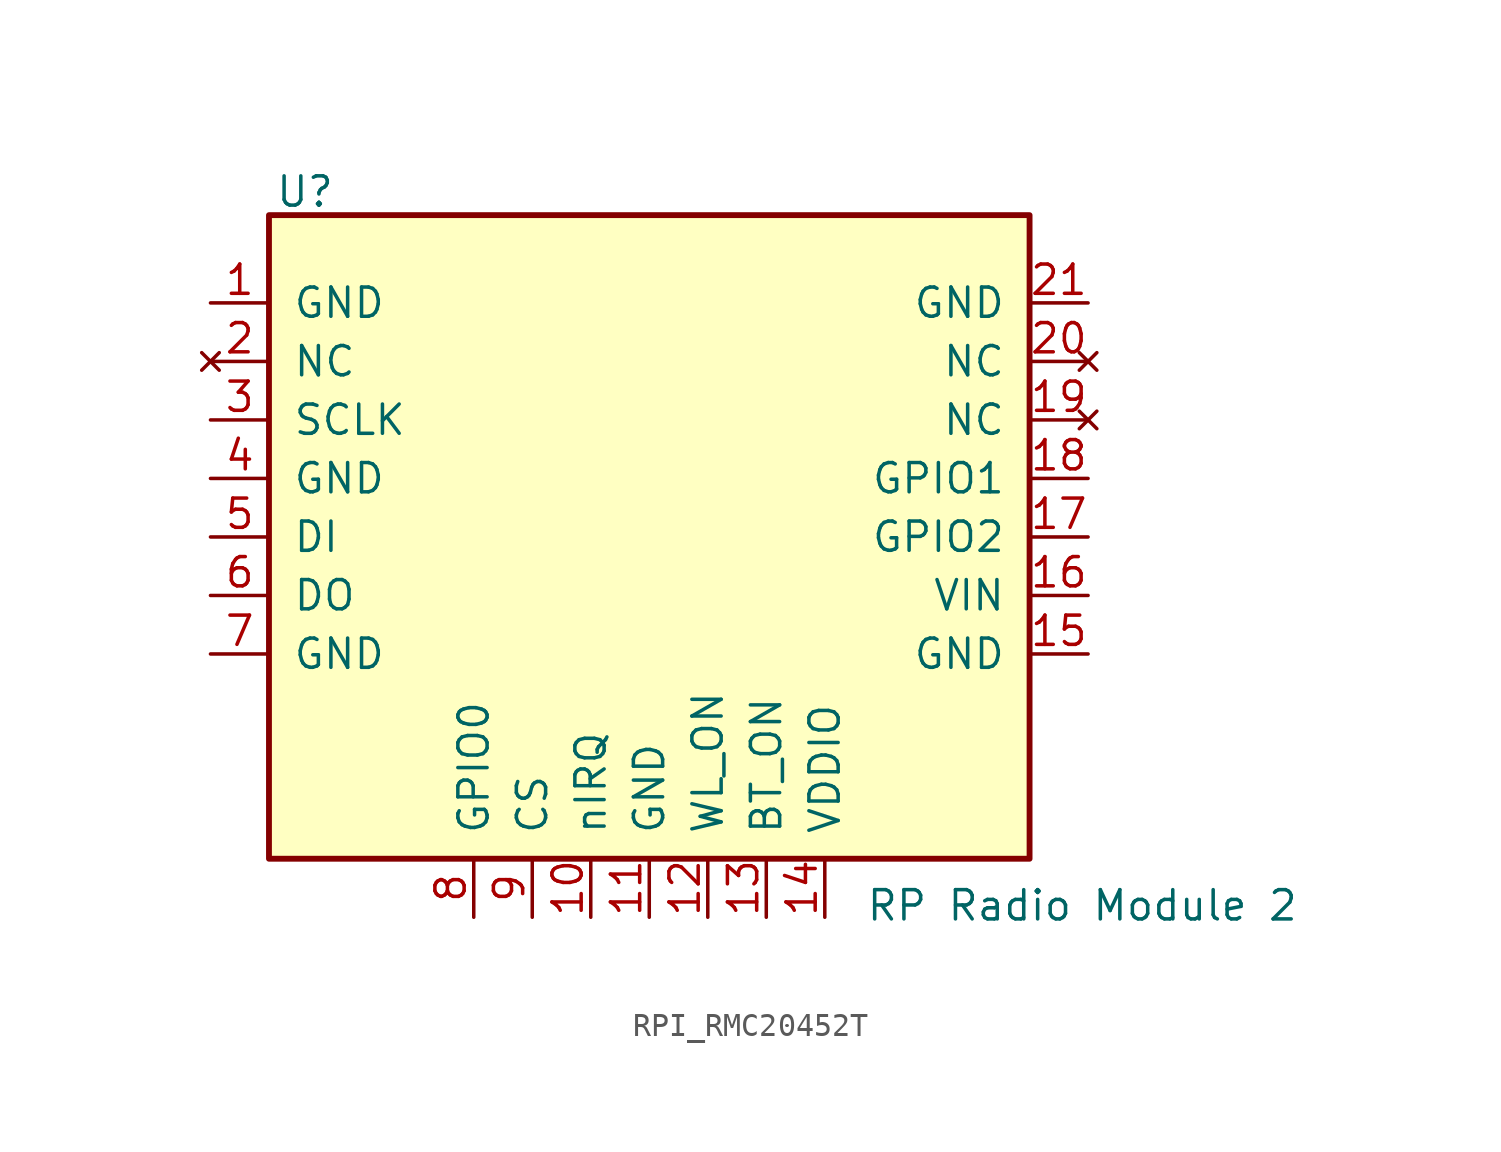
<source format=kicad_sym>
(kicad_symbol_lib
  (version 20241209)
  (generator "kicad_symbol_editor")
  (generator_version "9.0")
  (symbol "RPI_RMC20452T"
    (pin_names
      (offset 1.016))
    (property "Reference" "U"
      (at -16.256 14.986 0)
      (effects (font (size 1.27 1.27)) (justify left)))
    (property "Value" "RP Radio Module 2"
      (at 18.796 -16.002 0)
      (effects (font (size 1.27 1.27))))
    (symbol "RPI_RMC20452T_1_0"
      (pin output line (at -19.05 -2.54 0) (length 2.54) (name "DO" (effects (font (size 1.27 1.27)))) (number "6" (effects (font (size 1.27 1.27)))))
      (pin power_in line (at -19.05 -5.08 0) (length 2.54) (name "GND" (effects (font (size 1.27 1.27)))) (number "7" (effects (font (size 1.27 1.27)))))
      (pin bidirectional line (at -7.62 -16.51 90) (length 2.54) (name "GPIO0" (effects (font (size 1.27 1.27)))) (number "8" (effects (font (size 1.27 1.27)))))
      (pin input line (at -5.08 -16.51 90) (length 2.54) (name "CS" (effects (font (size 1.27 1.27)))) (number "9" (effects (font (size 1.27 1.27)))))
      (pin output line (at -2.54 -16.51 90) (length 2.54) (name "nIRQ" (effects (font (size 1.27 1.27)))) (number "10" (effects (font (size 1.27 1.27)))))
      (pin power_in line (at 0 -16.51 90) (length 2.54) (name "GND" (effects (font (size 1.27 1.27)))) (number "11" (effects (font (size 1.27 1.27)))))
      (pin input line (at 2.54 -16.51 90) (length 2.54) (name "WL_ON" (effects (font (size 1.27 1.27)))) (number "12" (effects (font (size 1.27 1.27)))))
      (pin input line (at 5.08 -16.51 90) (length 2.54) (name "BT_ON" (effects (font (size 1.27 1.27)))) (number "13" (effects (font (size 1.27 1.27)))))
      (pin power_in line (at 7.62 -16.51 90) (length 2.54) (name "VDDIO" (effects (font (size 1.27 1.27)))) (number "14" (effects (font (size 1.27 1.27)))))
      (pin power_in line (at 19.05 10.16 180) (length 2.54) (name "GND" (effects (font (size 1.27 1.27)))) (number "21" (effects (font (size 1.27 1.27)))))
      (pin bidirectional line (at 19.05 2.54 180) (length 2.54) (name "GPIO1" (effects (font (size 1.27 1.27)))) (number "18" (effects (font (size 1.27 1.27)))))
      (pin bidirectional line (at 19.05 0 180) (length 2.54) (name "GPIO2" (effects (font (size 1.27 1.27)))) (number "17" (effects (font (size 1.27 1.27)))))
      (pin power_in line (at 19.05 -2.54 180) (length 2.54) (name "VIN" (effects (font (size 1.27 1.27)))) (number "16" (effects (font (size 1.27 1.27)))))
      (pin power_in line (at 19.05 -5.08 180) (length 2.54) (name "GND" (effects (font (size 1.27 1.27)))) (number "15" (effects (font (size 1.27 1.27))))))
    (symbol "RPI_RMC20452T_1_1"
      (rectangle (start -16.51 13.97) (end 16.51 -13.97) (stroke (width 0.254) (type default)) (fill (type background)))
      (pin power_in line (at -19.05 10.16 0) (length 2.54) (name "GND" (effects (font (size 1.27 1.27)))) (number "1" (effects (font (size 1.27 1.27)))))
      (pin no_connect line (at -19.05 7.62 0) (length 2.54) (name "NC" (effects (font (size 1.27 1.27)))) (number "2" (effects (font (size 1.27 1.27)))))
      (pin input line (at -19.05 5.08 0) (length 2.54) (name "SCLK" (effects (font (size 1.27 1.27)))) (number "3" (effects (font (size 1.27 1.27)))))
      (pin power_in line (at -19.05 2.54 0) (length 2.54) (name "GND" (effects (font (size 1.27 1.27)))) (number "4" (effects (font (size 1.27 1.27)))))
      (pin input line (at -19.05 0 0) (length 2.54) (name "DI" (effects (font (size 1.27 1.27)))) (number "5" (effects (font (size 1.27 1.27)))))
      (pin no_connect line (at 19.05 7.62 180) (length 2.54) (name "NC" (effects (font (size 1.27 1.27)))) (number "20" (effects (font (size 1.27 1.27)))))
      (pin no_connect line (at 19.05 5.08 180) (length 2.54) (name "NC" (effects (font (size 1.27 1.27)))) (number "19" (effects (font (size 1.27 1.27))))))))
</source>
